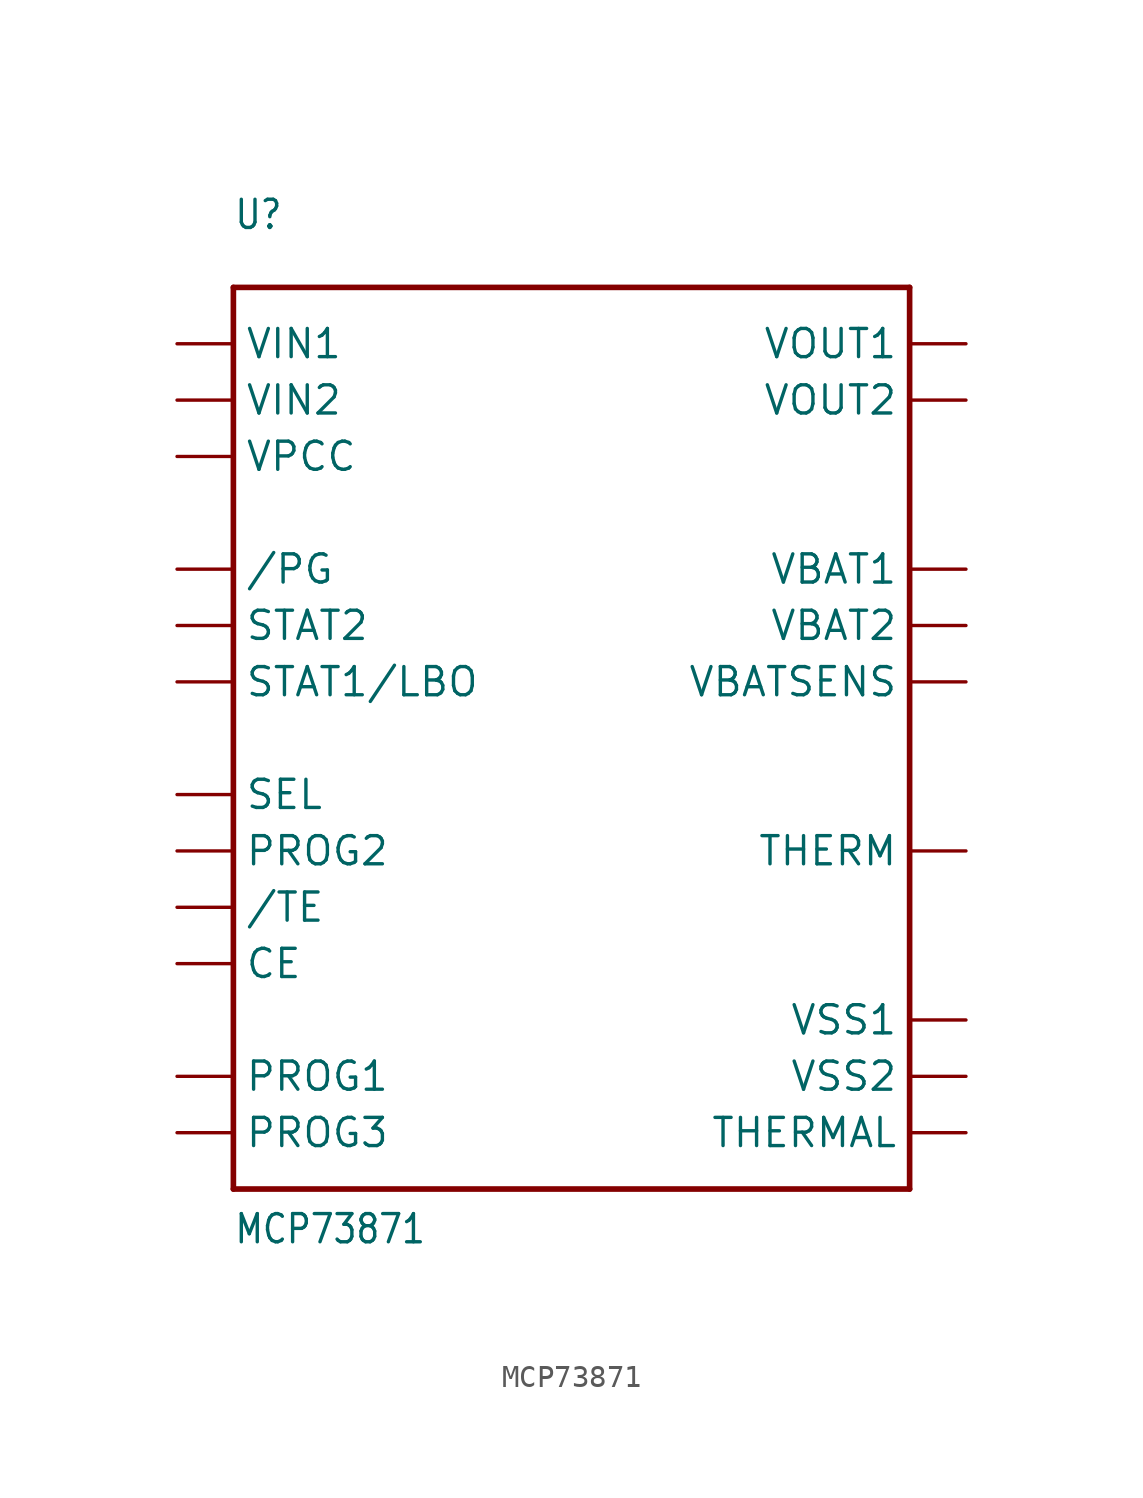
<source format=kicad_sym>
(kicad_symbol_lib
  (version 20201005)
  (generator kicad_symbol_editor)
  (symbol "MCP73871"
    (property "Reference" "U"
      (at -15.24 22.86 0)
      (effects (font (size 1.27 1.079)) (justify left bottom)))
    (property "Value" "MCP73871"
      (at -15.24 -22.86 0)
      (effects (font (size 1.27 1.079)) (justify left bottom)))
    (property "ki_locked" ""
      (at 0 0 0)
      (effects (font (size 1.27 1.27))))
    (symbol "MCP73871_1_0"
      (polyline (pts (xy -15.24 -20.32) (xy -15.24 20.32)) (stroke (width 0.254)) (fill (type none)))
      (polyline (pts (xy -15.24 20.32) (xy 15.24 20.32)) (stroke (width 0.254)) (fill (type none)))
      (polyline (pts (xy 15.24 -20.32) (xy -15.24 -20.32)) (stroke (width 0.254)) (fill (type none)))
      (polyline (pts (xy 15.24 20.32) (xy 15.24 -20.32)) (stroke (width 0.254)) (fill (type none)))
      (pin bidirectional line (at 17.78 17.78 180) (length 2.54) (name "VOUT1" (effects (font (size 1.27 1.27)))) (number "P$1" (effects (font (size 0 0)))))
      (pin bidirectional line (at 17.78 -12.7 180) (length 2.54) (name "VSS1" (effects (font (size 1.27 1.27)))) (number "P$10" (effects (font (size 0 0)))))
      (pin bidirectional line (at 17.78 -15.24 180) (length 2.54) (name "VSS2" (effects (font (size 1.27 1.27)))) (number "P$11" (effects (font (size 0 0)))))
      (pin bidirectional line (at -17.78 -17.78 0) (length 2.54) (name "PROG3" (effects (font (size 1.27 1.27)))) (number "P$12" (effects (font (size 0 0)))))
      (pin bidirectional line (at -17.78 -15.24 0) (length 2.54) (name "PROG1" (effects (font (size 1.27 1.27)))) (number "P$13" (effects (font (size 0 0)))))
      (pin bidirectional line (at 17.78 7.62 180) (length 2.54) (name "VBAT1" (effects (font (size 1.27 1.27)))) (number "P$14" (effects (font (size 0 0)))))
      (pin bidirectional line (at 17.78 5.08 180) (length 2.54) (name "VBAT2" (effects (font (size 1.27 1.27)))) (number "P$15" (effects (font (size 0 0)))))
      (pin bidirectional line (at 17.78 2.54 180) (length 2.54) (name "VBATSENS" (effects (font (size 1.27 1.27)))) (number "P$16" (effects (font (size 0 0)))))
      (pin bidirectional line (at -17.78 -10.16 0) (length 2.54) (name "CE" (effects (font (size 1.27 1.27)))) (number "P$17" (effects (font (size 0 0)))))
      (pin bidirectional line (at -17.78 17.78 0) (length 2.54) (name "VIN1" (effects (font (size 1.27 1.27)))) (number "P$18" (effects (font (size 0 0)))))
      (pin bidirectional line (at -17.78 15.24 0) (length 2.54) (name "VIN2" (effects (font (size 1.27 1.27)))) (number "P$19" (effects (font (size 0 0)))))
      (pin bidirectional line (at -17.78 12.7 0) (length 2.54) (name "VPCC" (effects (font (size 1.27 1.27)))) (number "P$2" (effects (font (size 0 0)))))
      (pin bidirectional line (at 17.78 15.24 180) (length 2.54) (name "VOUT2" (effects (font (size 1.27 1.27)))) (number "P$20" (effects (font (size 0 0)))))
      (pin bidirectional line (at 17.78 -17.78 180) (length 2.54) (name "THERMAL" (effects (font (size 1.27 1.27)))) (number "P$21" (effects (font (size 0 0)))))
      (pin bidirectional line (at -17.78 -2.54 0) (length 2.54) (name "SEL" (effects (font (size 1.27 1.27)))) (number "P$3" (effects (font (size 0 0)))))
      (pin bidirectional line (at -17.78 -5.08 0) (length 2.54) (name "PROG2" (effects (font (size 1.27 1.27)))) (number "P$4" (effects (font (size 0 0)))))
      (pin bidirectional line (at 17.78 -5.08 180) (length 2.54) (name "THERM" (effects (font (size 1.27 1.27)))) (number "P$5" (effects (font (size 0 0)))))
      (pin bidirectional line (at -17.78 7.62 0) (length 2.54) (name "/PG" (effects (font (size 1.27 1.27)))) (number "P$6" (effects (font (size 0 0)))))
      (pin bidirectional line (at -17.78 5.08 0) (length 2.54) (name "STAT2" (effects (font (size 1.27 1.27)))) (number "P$7" (effects (font (size 0 0)))))
      (pin bidirectional line (at -17.78 2.54 0) (length 2.54) (name "STAT1/LBO" (effects (font (size 1.27 1.27)))) (number "P$8" (effects (font (size 0 0)))))
      (pin bidirectional line (at -17.78 -7.62 0) (length 2.54) (name "/TE" (effects (font (size 1.27 1.27)))) (number "P$9" (effects (font (size 0 0))))))))
</source>
